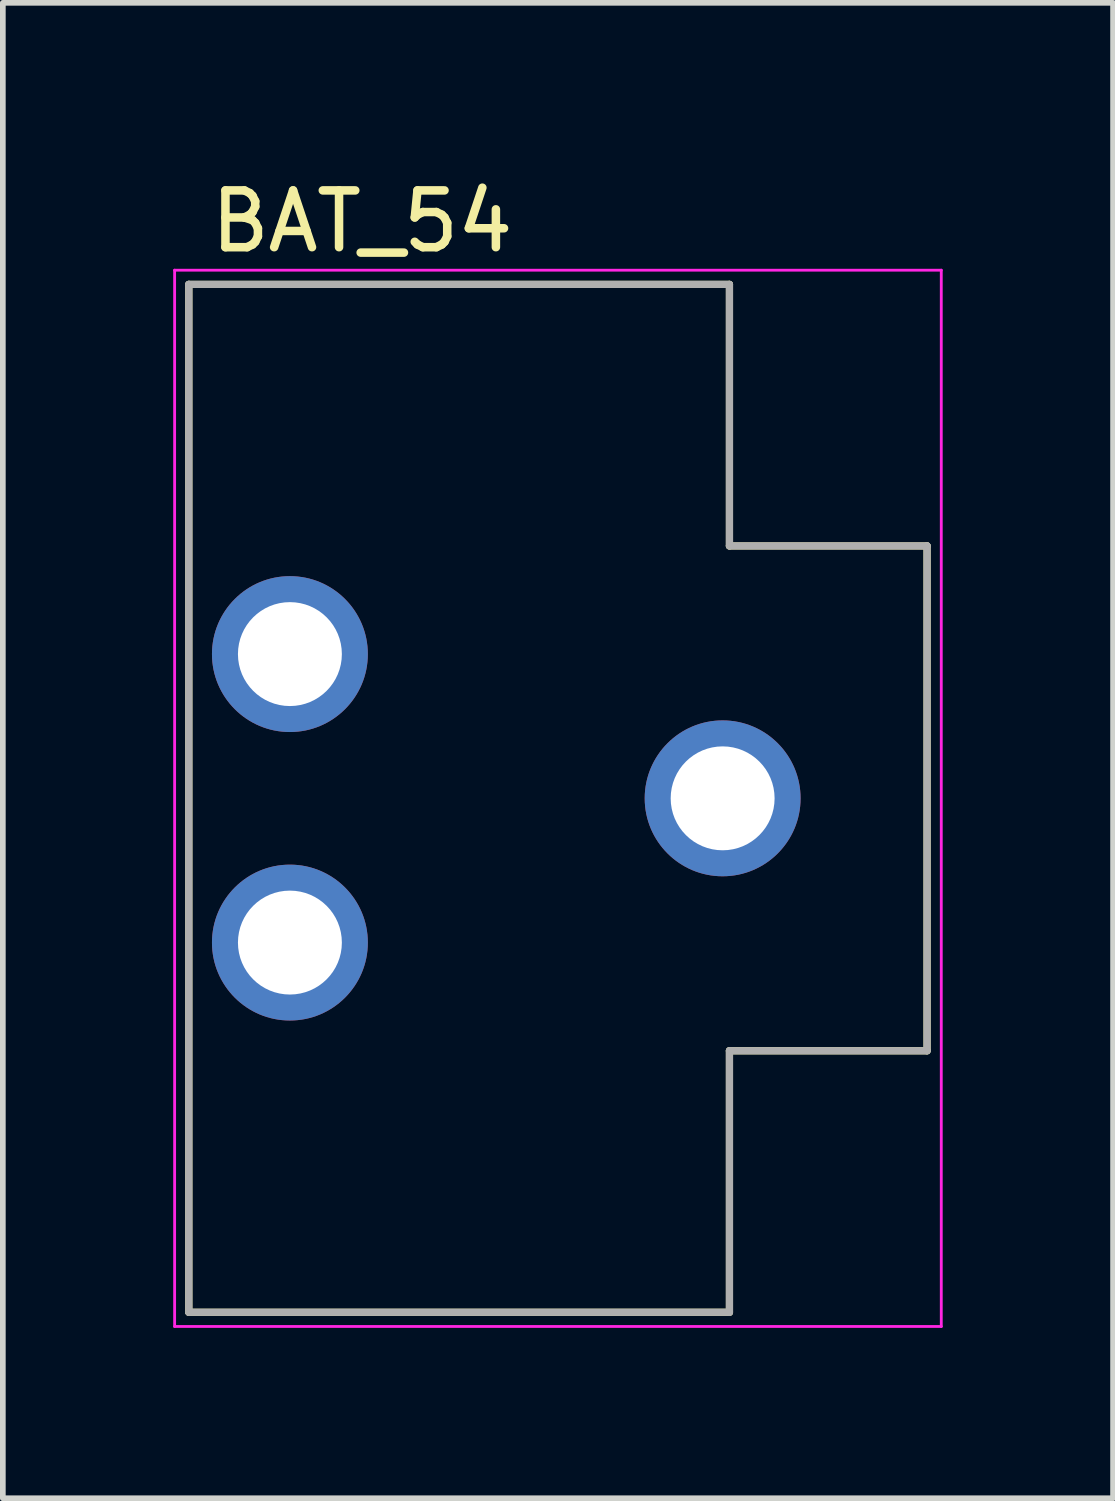
<source format=kicad_pcb>
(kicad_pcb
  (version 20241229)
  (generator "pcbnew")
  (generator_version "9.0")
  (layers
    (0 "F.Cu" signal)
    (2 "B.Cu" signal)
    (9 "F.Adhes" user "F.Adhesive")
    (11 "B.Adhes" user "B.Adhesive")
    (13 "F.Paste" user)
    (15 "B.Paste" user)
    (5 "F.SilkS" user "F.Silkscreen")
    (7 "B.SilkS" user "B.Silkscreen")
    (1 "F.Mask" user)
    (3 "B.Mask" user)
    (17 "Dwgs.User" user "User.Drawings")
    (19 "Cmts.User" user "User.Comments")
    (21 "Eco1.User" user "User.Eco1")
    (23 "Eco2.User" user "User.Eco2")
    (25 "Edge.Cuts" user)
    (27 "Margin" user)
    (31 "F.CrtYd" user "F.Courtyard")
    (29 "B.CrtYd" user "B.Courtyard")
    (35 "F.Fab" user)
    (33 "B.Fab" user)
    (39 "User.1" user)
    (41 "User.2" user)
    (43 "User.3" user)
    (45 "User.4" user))
  (footprint "BAT_54"
    (layer "F.Cu")
    (at 6.775 11.008)
    (property "Reference" "BAT_54" (at -3.45 -10.16 0) (layer "F.SilkS") (effects (font (size 1 1) (thickness 0.15))))
    (attr through_hole)
    (fp_line (start -6.5 -9.05) (end 3.02 -9.05) (stroke (width 0.127) (type solid)) (layer "F.SilkS"))
    (fp_line (start -6.5 9.05) (end -6.5 -9.05) (stroke (width 0.127) (type solid)) (layer "F.SilkS"))
    (fp_line (start 3.02 -9.05) (end 3.02 -4.445) (stroke (width 0.127) (type solid)) (layer "F.SilkS"))
    (fp_line (start 3.02 -4.445) (end 6.5 -4.445) (stroke (width 0.127) (type solid)) (layer "F.SilkS"))
    (fp_line (start 3.02 4.445) (end 3.02 9.05) (stroke (width 0.127) (type solid)) (layer "F.SilkS"))
    (fp_line (start 3.02 9.05) (end -6.5 9.05) (stroke (width 0.127) (type solid)) (layer "F.SilkS"))
    (fp_line (start 6.5 -4.445) (end 6.5 4.445) (stroke (width 0.127) (type solid)) (layer "F.SilkS"))
    (fp_line (start 6.5 4.445) (end 3.02 4.445) (stroke (width 0.127) (type solid)) (layer "F.SilkS"))
    (fp_line (start -6.75 -9.3) (end 6.75 -9.3) (stroke (width 0.05) (type solid)) (layer "F.CrtYd"))
    (fp_line (start -6.75 9.3) (end -6.75 -9.3) (stroke (width 0.05) (type solid)) (layer "F.CrtYd"))
    (fp_line (start 6.75 -9.3) (end 6.75 9.3) (stroke (width 0.05) (type solid)) (layer "F.CrtYd"))
    (fp_line (start 6.75 9.3) (end -6.75 9.3) (stroke (width 0.05) (type solid)) (layer "F.CrtYd"))
    (fp_line (start -6.5 -9.05) (end 3.02 -9.05) (stroke (width 0.127) (type solid)) (layer "F.Fab"))
    (fp_line (start -6.5 9.05) (end -6.5 -9.05) (stroke (width 0.127) (type solid)) (layer "F.Fab"))
    (fp_line (start 3.02 -9.05) (end 3.02 -4.445) (stroke (width 0.127) (type solid)) (layer "F.Fab"))
    (fp_line (start 3.02 -4.445) (end 6.5 -4.445) (stroke (width 0.127) (type solid)) (layer "F.Fab"))
    (fp_line (start 3.02 4.445) (end 3.02 9.05) (stroke (width 0.127) (type solid)) (layer "F.Fab"))
    (fp_line (start 3.02 9.05) (end -6.5 9.05) (stroke (width 0.127) (type solid)) (layer "F.Fab"))
    (fp_line (start 6.5 -4.445) (end 6.5 4.445) (stroke (width 0.127) (type solid)) (layer "F.Fab"))
    (fp_line (start 6.5 4.445) (end 3.02 4.445) (stroke (width 0.127) (type solid)) (layer "F.Fab"))
    (pad "1_1" thru_hole circle (at -4.72 -2.54) (size 2.745 2.745) (drill 1.83) (layers "*.Cu" "*.Mask"))
    (pad "1_2" thru_hole circle (at -4.72 2.54) (size 2.745 2.745) (drill 1.83) (layers "*.Cu" "*.Mask"))
    (pad "1_3" thru_hole circle (at 2.9 0) (size 2.745 2.745) (drill 1.83) (layers "*.Cu" "*.Mask")))
  (gr_rect
    (start -3 -3)
    (end 16.55 23.333)
    (stroke (width 0.1) (type default))
    (fill no)
    (layer "Edge.Cuts")))
</source>
